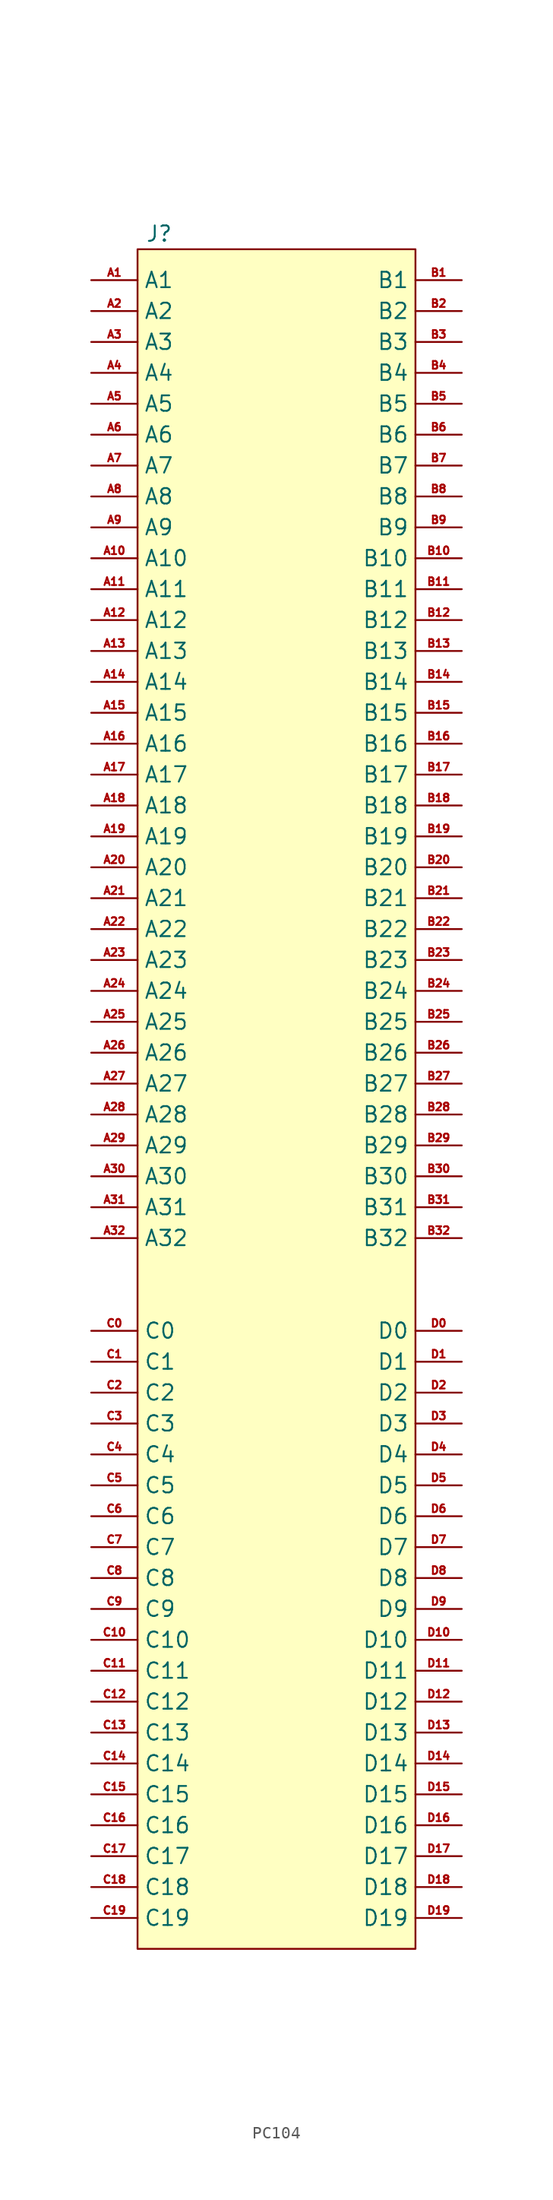
<source format=kicad_sym>
(kicad_symbol_lib
  (version 20241209)
  (generator "kicad_symbol_editor")
  (generator_version "9.0")
  (symbol "PC104"
    (property "Reference" "J"
      (at -9.652 6.35 0)
      (effects (font (size 1.27 1.27))))
    (property "Value" ""
      (at 0 0 0)
      (effects (font (size 1.27 1.27))))
    (symbol "PC104_0_1"
      (rectangle (start -11.43 5.08) (end 11.43 -134.62) (stroke (width 0) (type solid)) (fill (type background))))
    (symbol "PC104_1_1"
      (pin bidirectional line (at -15.24 2.54 0) (length 3.81) (name "A1" (effects (font (size 1.27 1.27)))) (number "A1" (effects (font (size 0.635 0.635)))))
      (pin bidirectional line (at -15.24 0 0) (length 3.81) (name "A2" (effects (font (size 1.27 1.27)))) (number "A2" (effects (font (size 0.635 0.635)))))
      (pin bidirectional line (at -15.24 -2.54 0) (length 3.81) (name "A3" (effects (font (size 1.27 1.27)))) (number "A3" (effects (font (size 0.635 0.635)))))
      (pin bidirectional line (at -15.24 -5.08 0) (length 3.81) (name "A4" (effects (font (size 1.27 1.27)))) (number "A4" (effects (font (size 0.635 0.635)))))
      (pin bidirectional line (at -15.24 -7.62 0) (length 3.81) (name "A5" (effects (font (size 1.27 1.27)))) (number "A5" (effects (font (size 0.635 0.635)))))
      (pin bidirectional line (at -15.24 -10.16 0) (length 3.81) (name "A6" (effects (font (size 1.27 1.27)))) (number "A6" (effects (font (size 0.635 0.635)))))
      (pin bidirectional line (at -15.24 -12.7 0) (length 3.81) (name "A7" (effects (font (size 1.27 1.27)))) (number "A7" (effects (font (size 0.635 0.635)))))
      (pin bidirectional line (at -15.24 -15.24 0) (length 3.81) (name "A8" (effects (font (size 1.27 1.27)))) (number "A8" (effects (font (size 0.635 0.635)))))
      (pin bidirectional line (at -15.24 -17.78 0) (length 3.81) (name "A9" (effects (font (size 1.27 1.27)))) (number "A9" (effects (font (size 0.635 0.635)))))
      (pin bidirectional line (at -15.24 -20.32 0) (length 3.81) (name "A10" (effects (font (size 1.27 1.27)))) (number "A10" (effects (font (size 0.635 0.635)))))
      (pin bidirectional line (at -15.24 -22.86 0) (length 3.81) (name "A11" (effects (font (size 1.27 1.27)))) (number "A11" (effects (font (size 0.635 0.635)))))
      (pin bidirectional line (at -15.24 -25.4 0) (length 3.81) (name "A12" (effects (font (size 1.27 1.27)))) (number "A12" (effects (font (size 0.635 0.635)))))
      (pin bidirectional line (at -15.24 -27.94 0) (length 3.81) (name "A13" (effects (font (size 1.27 1.27)))) (number "A13" (effects (font (size 0.635 0.635)))))
      (pin bidirectional line (at -15.24 -30.48 0) (length 3.81) (name "A14" (effects (font (size 1.27 1.27)))) (number "A14" (effects (font (size 0.635 0.635)))))
      (pin bidirectional line (at -15.24 -33.02 0) (length 3.81) (name "A15" (effects (font (size 1.27 1.27)))) (number "A15" (effects (font (size 0.635 0.635)))))
      (pin bidirectional line (at -15.24 -35.56 0) (length 3.81) (name "A16" (effects (font (size 1.27 1.27)))) (number "A16" (effects (font (size 0.635 0.635)))))
      (pin bidirectional line (at -15.24 -38.1 0) (length 3.81) (name "A17" (effects (font (size 1.27 1.27)))) (number "A17" (effects (font (size 0.635 0.635)))))
      (pin bidirectional line (at -15.24 -40.64 0) (length 3.81) (name "A18" (effects (font (size 1.27 1.27)))) (number "A18" (effects (font (size 0.635 0.635)))))
      (pin bidirectional line (at -15.24 -43.18 0) (length 3.81) (name "A19" (effects (font (size 1.27 1.27)))) (number "A19" (effects (font (size 0.635 0.635)))))
      (pin bidirectional line (at -15.24 -45.72 0) (length 3.81) (name "A20" (effects (font (size 1.27 1.27)))) (number "A20" (effects (font (size 0.635 0.635)))))
      (pin bidirectional line (at -15.24 -48.26 0) (length 3.81) (name "A21" (effects (font (size 1.27 1.27)))) (number "A21" (effects (font (size 0.635 0.635)))))
      (pin bidirectional line (at -15.24 -50.8 0) (length 3.81) (name "A22" (effects (font (size 1.27 1.27)))) (number "A22" (effects (font (size 0.635 0.635)))))
      (pin bidirectional line (at -15.24 -53.34 0) (length 3.81) (name "A23" (effects (font (size 1.27 1.27)))) (number "A23" (effects (font (size 0.635 0.635)))))
      (pin bidirectional line (at -15.24 -55.88 0) (length 3.81) (name "A24" (effects (font (size 1.27 1.27)))) (number "A24" (effects (font (size 0.635 0.635)))))
      (pin bidirectional line (at -15.24 -58.42 0) (length 3.81) (name "A25" (effects (font (size 1.27 1.27)))) (number "A25" (effects (font (size 0.635 0.635)))))
      (pin bidirectional line (at -15.24 -60.96 0) (length 3.81) (name "A26" (effects (font (size 1.27 1.27)))) (number "A26" (effects (font (size 0.635 0.635)))))
      (pin bidirectional line (at -15.24 -63.5 0) (length 3.81) (name "A27" (effects (font (size 1.27 1.27)))) (number "A27" (effects (font (size 0.635 0.635)))))
      (pin bidirectional line (at -15.24 -66.04 0) (length 3.81) (name "A28" (effects (font (size 1.27 1.27)))) (number "A28" (effects (font (size 0.635 0.635)))))
      (pin bidirectional line (at -15.24 -68.58 0) (length 3.81) (name "A29" (effects (font (size 1.27 1.27)))) (number "A29" (effects (font (size 0.635 0.635)))))
      (pin bidirectional line (at -15.24 -71.12 0) (length 3.81) (name "A30" (effects (font (size 1.27 1.27)))) (number "A30" (effects (font (size 0.635 0.635)))))
      (pin bidirectional line (at -15.24 -73.66 0) (length 3.81) (name "A31" (effects (font (size 1.27 1.27)))) (number "A31" (effects (font (size 0.635 0.635)))))
      (pin bidirectional line (at -15.24 -76.2 0) (length 3.81) (name "A32" (effects (font (size 1.27 1.27)))) (number "A32" (effects (font (size 0.635 0.635)))))
      (pin bidirectional line (at -15.24 -83.82 0) (length 3.81) (name "C0" (effects (font (size 1.27 1.27)))) (number "C0" (effects (font (size 0.635 0.635)))))
      (pin bidirectional line (at -15.24 -86.36 0) (length 3.81) (name "C1" (effects (font (size 1.27 1.27)))) (number "C1" (effects (font (size 0.635 0.635)))))
      (pin bidirectional line (at -15.24 -88.9 0) (length 3.81) (name "C2" (effects (font (size 1.27 1.27)))) (number "C2" (effects (font (size 0.635 0.635)))))
      (pin bidirectional line (at -15.24 -91.44 0) (length 3.81) (name "C3" (effects (font (size 1.27 1.27)))) (number "C3" (effects (font (size 0.635 0.635)))))
      (pin bidirectional line (at -15.24 -93.98 0) (length 3.81) (name "C4" (effects (font (size 1.27 1.27)))) (number "C4" (effects (font (size 0.635 0.635)))))
      (pin bidirectional line (at -15.24 -96.52 0) (length 3.81) (name "C5" (effects (font (size 1.27 1.27)))) (number "C5" (effects (font (size 0.635 0.635)))))
      (pin bidirectional line (at -15.24 -99.06 0) (length 3.81) (name "C6" (effects (font (size 1.27 1.27)))) (number "C6" (effects (font (size 0.635 0.635)))))
      (pin bidirectional line (at -15.24 -101.6 0) (length 3.81) (name "C7" (effects (font (size 1.27 1.27)))) (number "C7" (effects (font (size 0.635 0.635)))))
      (pin bidirectional line (at -15.24 -104.14 0) (length 3.81) (name "C8" (effects (font (size 1.27 1.27)))) (number "C8" (effects (font (size 0.635 0.635)))))
      (pin bidirectional line (at -15.24 -106.68 0) (length 3.81) (name "C9" (effects (font (size 1.27 1.27)))) (number "C9" (effects (font (size 0.635 0.635)))))
      (pin bidirectional line (at -15.24 -109.22 0) (length 3.81) (name "C10" (effects (font (size 1.27 1.27)))) (number "C10" (effects (font (size 0.635 0.635)))))
      (pin bidirectional line (at -15.24 -111.76 0) (length 3.81) (name "C11" (effects (font (size 1.27 1.27)))) (number "C11" (effects (font (size 0.635 0.635)))))
      (pin bidirectional line (at -15.24 -114.3 0) (length 3.81) (name "C12" (effects (font (size 1.27 1.27)))) (number "C12" (effects (font (size 0.635 0.635)))))
      (pin bidirectional line (at -15.24 -116.84 0) (length 3.81) (name "C13" (effects (font (size 1.27 1.27)))) (number "C13" (effects (font (size 0.635 0.635)))))
      (pin bidirectional line (at -15.24 -119.38 0) (length 3.81) (name "C14" (effects (font (size 1.27 1.27)))) (number "C14" (effects (font (size 0.635 0.635)))))
      (pin bidirectional line (at -15.24 -121.92 0) (length 3.81) (name "C15" (effects (font (size 1.27 1.27)))) (number "C15" (effects (font (size 0.635 0.635)))))
      (pin bidirectional line (at -15.24 -124.46 0) (length 3.81) (name "C16" (effects (font (size 1.27 1.27)))) (number "C16" (effects (font (size 0.635 0.635)))))
      (pin bidirectional line (at -15.24 -127 0) (length 3.81) (name "C17" (effects (font (size 1.27 1.27)))) (number "C17" (effects (font (size 0.635 0.635)))))
      (pin bidirectional line (at -15.24 -129.54 0) (length 3.81) (name "C18" (effects (font (size 1.27 1.27)))) (number "C18" (effects (font (size 0.635 0.635)))))
      (pin bidirectional line (at -15.24 -132.08 0) (length 3.81) (name "C19" (effects (font (size 1.27 1.27)))) (number "C19" (effects (font (size 0.635 0.635)))))
      (pin bidirectional line (at 15.24 2.54 180) (length 3.81) (name "B1" (effects (font (size 1.27 1.27)))) (number "B1" (effects (font (size 0.635 0.635)))))
      (pin bidirectional line (at 15.24 0 180) (length 3.81) (name "B2" (effects (font (size 1.27 1.27)))) (number "B2" (effects (font (size 0.635 0.635)))))
      (pin bidirectional line (at 15.24 -2.54 180) (length 3.81) (name "B3" (effects (font (size 1.27 1.27)))) (number "B3" (effects (font (size 0.635 0.635)))))
      (pin bidirectional line (at 15.24 -5.08 180) (length 3.81) (name "B4" (effects (font (size 1.27 1.27)))) (number "B4" (effects (font (size 0.635 0.635)))))
      (pin bidirectional line (at 15.24 -7.62 180) (length 3.81) (name "B5" (effects (font (size 1.27 1.27)))) (number "B5" (effects (font (size 0.635 0.635)))))
      (pin bidirectional line (at 15.24 -10.16 180) (length 3.81) (name "B6" (effects (font (size 1.27 1.27)))) (number "B6" (effects (font (size 0.635 0.635)))))
      (pin bidirectional line (at 15.24 -12.7 180) (length 3.81) (name "B7" (effects (font (size 1.27 1.27)))) (number "B7" (effects (font (size 0.635 0.635)))))
      (pin bidirectional line (at 15.24 -15.24 180) (length 3.81) (name "B8" (effects (font (size 1.27 1.27)))) (number "B8" (effects (font (size 0.635 0.635)))))
      (pin bidirectional line (at 15.24 -17.78 180) (length 3.81) (name "B9" (effects (font (size 1.27 1.27)))) (number "B9" (effects (font (size 0.635 0.635)))))
      (pin bidirectional line (at 15.24 -20.32 180) (length 3.81) (name "B10" (effects (font (size 1.27 1.27)))) (number "B10" (effects (font (size 0.635 0.635)))))
      (pin bidirectional line (at 15.24 -22.86 180) (length 3.81) (name "B11" (effects (font (size 1.27 1.27)))) (number "B11" (effects (font (size 0.635 0.635)))))
      (pin bidirectional line (at 15.24 -25.4 180) (length 3.81) (name "B12" (effects (font (size 1.27 1.27)))) (number "B12" (effects (font (size 0.635 0.635)))))
      (pin bidirectional line (at 15.24 -27.94 180) (length 3.81) (name "B13" (effects (font (size 1.27 1.27)))) (number "B13" (effects (font (size 0.635 0.635)))))
      (pin bidirectional line (at 15.24 -30.48 180) (length 3.81) (name "B14" (effects (font (size 1.27 1.27)))) (number "B14" (effects (font (size 0.635 0.635)))))
      (pin bidirectional line (at 15.24 -33.02 180) (length 3.81) (name "B15" (effects (font (size 1.27 1.27)))) (number "B15" (effects (font (size 0.635 0.635)))))
      (pin bidirectional line (at 15.24 -35.56 180) (length 3.81) (name "B16" (effects (font (size 1.27 1.27)))) (number "B16" (effects (font (size 0.635 0.635)))))
      (pin bidirectional line (at 15.24 -38.1 180) (length 3.81) (name "B17" (effects (font (size 1.27 1.27)))) (number "B17" (effects (font (size 0.635 0.635)))))
      (pin bidirectional line (at 15.24 -40.64 180) (length 3.81) (name "B18" (effects (font (size 1.27 1.27)))) (number "B18" (effects (font (size 0.635 0.635)))))
      (pin bidirectional line (at 15.24 -43.18 180) (length 3.81) (name "B19" (effects (font (size 1.27 1.27)))) (number "B19" (effects (font (size 0.635 0.635)))))
      (pin bidirectional line (at 15.24 -45.72 180) (length 3.81) (name "B20" (effects (font (size 1.27 1.27)))) (number "B20" (effects (font (size 0.635 0.635)))))
      (pin bidirectional line (at 15.24 -48.26 180) (length 3.81) (name "B21" (effects (font (size 1.27 1.27)))) (number "B21" (effects (font (size 0.635 0.635)))))
      (pin bidirectional line (at 15.24 -50.8 180) (length 3.81) (name "B22" (effects (font (size 1.27 1.27)))) (number "B22" (effects (font (size 0.635 0.635)))))
      (pin bidirectional line (at 15.24 -53.34 180) (length 3.81) (name "B23" (effects (font (size 1.27 1.27)))) (number "B23" (effects (font (size 0.635 0.635)))))
      (pin bidirectional line (at 15.24 -55.88 180) (length 3.81) (name "B24" (effects (font (size 1.27 1.27)))) (number "B24" (effects (font (size 0.635 0.635)))))
      (pin power_in line (at 15.24 -58.42 180) (length 3.81) (name "B25" (effects (font (size 1.27 1.27)))) (number "B25" (effects (font (size 0.635 0.635)))))
      (pin power_in line (at 15.24 -60.96 180) (length 3.81) (name "B26" (effects (font (size 1.27 1.27)))) (number "B26" (effects (font (size 0.635 0.635)))))
      (pin power_in line (at 15.24 -63.5 180) (length 3.81) (name "B27" (effects (font (size 1.27 1.27)))) (number "B27" (effects (font (size 0.635 0.635)))))
      (pin power_in line (at 15.24 -66.04 180) (length 3.81) (name "B28" (effects (font (size 1.27 1.27)))) (number "B28" (effects (font (size 0.635 0.635)))))
      (pin power_in line (at 15.24 -68.58 180) (length 3.81) (name "B29" (effects (font (size 1.27 1.27)))) (number "B29" (effects (font (size 0.635 0.635)))))
      (pin power_in line (at 15.24 -71.12 180) (length 3.81) (name "B30" (effects (font (size 1.27 1.27)))) (number "B30" (effects (font (size 0.635 0.635)))))
      (pin power_in line (at 15.24 -73.66 180) (length 3.81) (name "B31" (effects (font (size 1.27 1.27)))) (number "B31" (effects (font (size 0.635 0.635)))))
      (pin power_in line (at 15.24 -76.2 180) (length 3.81) (name "B32" (effects (font (size 1.27 1.27)))) (number "B32" (effects (font (size 0.635 0.635)))))
      (pin bidirectional line (at 15.24 -83.82 180) (length 3.81) (name "D0" (effects (font (size 1.27 1.27)))) (number "D0" (effects (font (size 0.635 0.635)))))
      (pin bidirectional line (at 15.24 -86.36 180) (length 3.81) (name "D1" (effects (font (size 1.27 1.27)))) (number "D1" (effects (font (size 0.635 0.635)))))
      (pin bidirectional line (at 15.24 -88.9 180) (length 3.81) (name "D2" (effects (font (size 1.27 1.27)))) (number "D2" (effects (font (size 0.635 0.635)))))
      (pin bidirectional line (at 15.24 -91.44 180) (length 3.81) (name "D3" (effects (font (size 1.27 1.27)))) (number "D3" (effects (font (size 0.635 0.635)))))
      (pin bidirectional line (at 15.24 -93.98 180) (length 3.81) (name "D4" (effects (font (size 1.27 1.27)))) (number "D4" (effects (font (size 0.635 0.635)))))
      (pin bidirectional line (at 15.24 -96.52 180) (length 3.81) (name "D5" (effects (font (size 1.27 1.27)))) (number "D5" (effects (font (size 0.635 0.635)))))
      (pin bidirectional line (at 15.24 -99.06 180) (length 3.81) (name "D6" (effects (font (size 1.27 1.27)))) (number "D6" (effects (font (size 0.635 0.635)))))
      (pin bidirectional line (at 15.24 -101.6 180) (length 3.81) (name "D7" (effects (font (size 1.27 1.27)))) (number "D7" (effects (font (size 0.635 0.635)))))
      (pin bidirectional line (at 15.24 -104.14 180) (length 3.81) (name "D8" (effects (font (size 1.27 1.27)))) (number "D8" (effects (font (size 0.635 0.635)))))
      (pin bidirectional line (at 15.24 -106.68 180) (length 3.81) (name "D9" (effects (font (size 1.27 1.27)))) (number "D9" (effects (font (size 0.635 0.635)))))
      (pin bidirectional line (at 15.24 -109.22 180) (length 3.81) (name "D10" (effects (font (size 1.27 1.27)))) (number "D10" (effects (font (size 0.635 0.635)))))
      (pin bidirectional line (at 15.24 -111.76 180) (length 3.81) (name "D11" (effects (font (size 1.27 1.27)))) (number "D11" (effects (font (size 0.635 0.635)))))
      (pin bidirectional line (at 15.24 -114.3 180) (length 3.81) (name "D12" (effects (font (size 1.27 1.27)))) (number "D12" (effects (font (size 0.635 0.635)))))
      (pin bidirectional line (at 15.24 -116.84 180) (length 3.81) (name "D13" (effects (font (size 1.27 1.27)))) (number "D13" (effects (font (size 0.635 0.635)))))
      (pin bidirectional line (at 15.24 -119.38 180) (length 3.81) (name "D14" (effects (font (size 1.27 1.27)))) (number "D14" (effects (font (size 0.635 0.635)))))
      (pin bidirectional line (at 15.24 -121.92 180) (length 3.81) (name "D15" (effects (font (size 1.27 1.27)))) (number "D15" (effects (font (size 0.635 0.635)))))
      (pin bidirectional line (at 15.24 -124.46 180) (length 3.81) (name "D16" (effects (font (size 1.27 1.27)))) (number "D16" (effects (font (size 0.635 0.635)))))
      (pin bidirectional line (at 15.24 -127 180) (length 3.81) (name "D17" (effects (font (size 1.27 1.27)))) (number "D17" (effects (font (size 0.635 0.635)))))
      (pin bidirectional line (at 15.24 -129.54 180) (length 3.81) (name "D18" (effects (font (size 1.27 1.27)))) (number "D18" (effects (font (size 0.635 0.635)))))
      (pin bidirectional line (at 15.24 -132.08 180) (length 3.81) (name "D19" (effects (font (size 1.27 1.27)))) (number "D19" (effects (font (size 0.635 0.635))))))))
</source>
